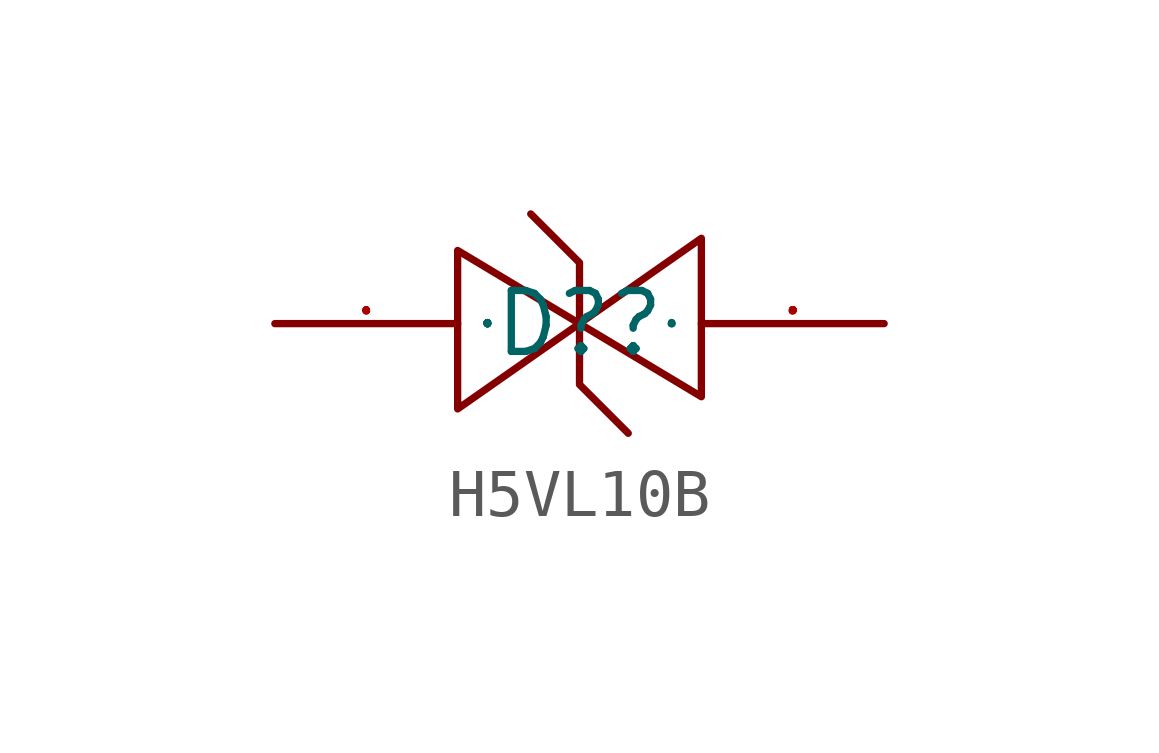
<source format=kicad_sym>
(kicad_symbol_lib
  (version 20241209)
  (generator "kicad_symbol_editor")
  (generator_version "9.0")
  (symbol "H5VL10B"
    (property "Reference" "D?"
      (at 0 0 0)
      (effects (font (size 1.27 1.27))))
    (property "Value" ""
      (at 0 0 0)
      (effects (font (size 1.27 1.27))))
    (symbol "H5VL10B_1_0"
      (polyline (pts (xy -2.54 1.524) (xy 0 0) (xy 0 0) (xy -2.54 -1.778) (xy -2.54 -1.778) (xy -2.54 1.524)) (stroke (width 0) (type default)) (fill (type none)))
      (polyline (pts (xy -1.016 2.286) (xy 0 1.27) (xy 0 1.27) (xy 0 -1.27) (xy 0 -1.27) (xy 1.016 -2.286)) (stroke (width 0) (type default)) (fill (type none)))
      (polyline (pts (xy 2.54 -1.524) (xy 0 0) (xy 0 0) (xy 2.54 1.778) (xy 2.54 1.778) (xy 2.54 -1.524)) (stroke (width 0) (type default)) (fill (type none)))
      (pin unspecified line (at -6.35 0 0) (length 3.81) (name "C" (effects (font (size 0.025 0.025)))) (number "1" (effects (font (size 0.025 0.025)))))
      (pin unspecified line (at 6.35 0 180) (length 3.81) (name "A" (effects (font (size 0.025 0.025)))) (number "2" (effects (font (size 0.025 0.025))))))))
</source>
